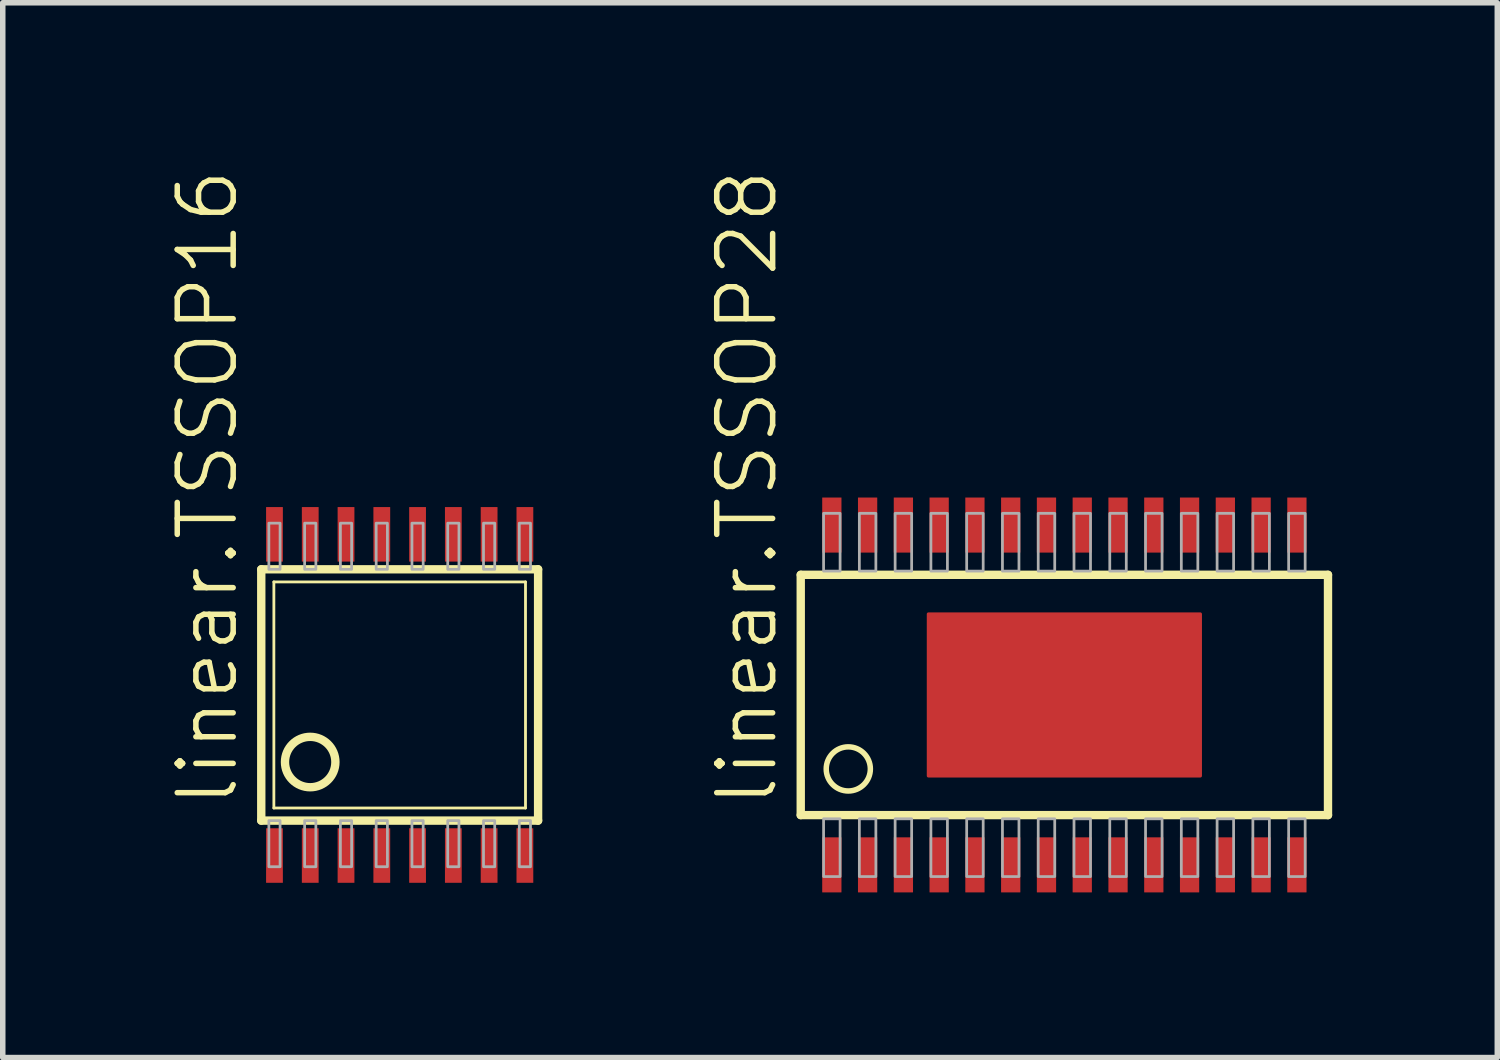
<source format=kicad_pcb>
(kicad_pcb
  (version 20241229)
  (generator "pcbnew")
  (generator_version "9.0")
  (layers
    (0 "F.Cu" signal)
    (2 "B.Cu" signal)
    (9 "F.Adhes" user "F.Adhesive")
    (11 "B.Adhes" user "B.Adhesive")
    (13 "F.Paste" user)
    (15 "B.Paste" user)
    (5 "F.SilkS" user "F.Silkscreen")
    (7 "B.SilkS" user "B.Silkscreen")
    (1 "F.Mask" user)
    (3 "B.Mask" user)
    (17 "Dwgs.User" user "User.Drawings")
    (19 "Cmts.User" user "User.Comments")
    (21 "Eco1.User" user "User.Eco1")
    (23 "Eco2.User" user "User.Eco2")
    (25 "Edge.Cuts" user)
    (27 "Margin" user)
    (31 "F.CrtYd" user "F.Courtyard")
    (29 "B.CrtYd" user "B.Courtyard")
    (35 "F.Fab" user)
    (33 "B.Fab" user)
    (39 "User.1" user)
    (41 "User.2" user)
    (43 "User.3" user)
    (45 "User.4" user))
  (footprint "linear.TSSOP16"
    (layer "F.Cu")
    (at 4.212 9.577)
    (property "Reference" "linear.TSSOP16" (at -2.896 2.083 90) (layer "F.SilkS") (effects (font (size 1.016 1.016) (thickness 0.1)) (justify left bottom)))
    (attr smd)
    (fp_line (start -2.515 2.283) (end -2.515 -2.283) (stroke (width 0.152) (type default)) (layer "F.SilkS"))
    (fp_line (start -2.515 2.283) (end 2.515 2.283) (stroke (width 0.152) (type default)) (layer "F.SilkS"))
    (fp_line (start -2.286 2.054) (end -2.286 -2.054) (stroke (width 0.051) (type default)) (layer "F.SilkS"))
    (fp_line (start -2.286 2.054) (end 2.286 2.054) (stroke (width 0.051) (type default)) (layer "F.SilkS"))
    (fp_line (start 2.286 -2.054) (end -2.286 -2.054) (stroke (width 0.051) (type default)) (layer "F.SilkS"))
    (fp_line (start 2.286 -2.054) (end 2.286 2.054) (stroke (width 0.051) (type default)) (layer "F.SilkS"))
    (fp_line (start 2.515 -2.283) (end -2.515 -2.283) (stroke (width 0.152) (type default)) (layer "F.SilkS"))
    (fp_line (start 2.515 -2.283) (end 2.515 2.283) (stroke (width 0.152) (type default)) (layer "F.SilkS"))
    (fp_circle (center -1.626 1.219) (end -1.168 1.219) (stroke (width 0.152) (type default)) (fill no) (layer "F.SilkS"))
    (fp_rect (start -2.377 -2.283) (end -2.173 -3.121) (stroke (width 0.05) (type default)) (fill no) (layer "F.Fab"))
    (fp_rect (start -2.377 3.121) (end -2.173 2.283) (stroke (width 0.05) (type default)) (fill no) (layer "F.Fab"))
    (fp_rect (start -1.727 -2.283) (end -1.523 -3.121) (stroke (width 0.05) (type default)) (fill no) (layer "F.Fab"))
    (fp_rect (start -1.727 3.121) (end -1.523 2.283) (stroke (width 0.05) (type default)) (fill no) (layer "F.Fab"))
    (fp_rect (start -1.077 -2.283) (end -0.873 -3.121) (stroke (width 0.05) (type default)) (fill no) (layer "F.Fab"))
    (fp_rect (start -1.077 3.121) (end -0.873 2.283) (stroke (width 0.05) (type default)) (fill no) (layer "F.Fab"))
    (fp_rect (start -0.427 -2.283) (end -0.223 -3.121) (stroke (width 0.05) (type default)) (fill no) (layer "F.Fab"))
    (fp_rect (start -0.427 3.121) (end -0.223 2.283) (stroke (width 0.05) (type default)) (fill no) (layer "F.Fab"))
    (fp_rect (start 0.223 -2.283) (end 0.427 -3.121) (stroke (width 0.05) (type default)) (fill no) (layer "F.Fab"))
    (fp_rect (start 0.223 3.121) (end 0.427 2.283) (stroke (width 0.05) (type default)) (fill no) (layer "F.Fab"))
    (fp_rect (start 0.873 -2.283) (end 1.077 -3.121) (stroke (width 0.05) (type default)) (fill no) (layer "F.Fab"))
    (fp_rect (start 0.873 3.121) (end 1.077 2.283) (stroke (width 0.05) (type default)) (fill no) (layer "F.Fab"))
    (fp_rect (start 1.523 -2.283) (end 1.727 -3.121) (stroke (width 0.05) (type default)) (fill no) (layer "F.Fab"))
    (fp_rect (start 1.523 3.121) (end 1.727 2.283) (stroke (width 0.05) (type default)) (fill no) (layer "F.Fab"))
    (fp_rect (start 2.173 -2.283) (end 2.377 -3.121) (stroke (width 0.05) (type default)) (fill no) (layer "F.Fab"))
    (fp_rect (start 2.173 3.121) (end 2.377 2.283) (stroke (width 0.05) (type default)) (fill no) (layer "F.Fab"))
    (pad "1" smd roundrect (at -2.275 2.918) (size 0.305 0.991) (layers "F.Cu" "F.Mask" "F.Paste") (roundrect_rratio 0.01))
    (pad "2" smd roundrect (at -1.625 2.918) (size 0.305 0.991) (layers "F.Cu" "F.Mask" "F.Paste") (roundrect_rratio 0.01))
    (pad "3" smd roundrect (at -0.975 2.918) (size 0.305 0.991) (layers "F.Cu" "F.Mask" "F.Paste") (roundrect_rratio 0.01))
    (pad "4" smd roundrect (at -0.325 2.918) (size 0.305 0.991) (layers "F.Cu" "F.Mask" "F.Paste") (roundrect_rratio 0.01))
    (pad "5" smd roundrect (at 0.325 2.918) (size 0.305 0.991) (layers "F.Cu" "F.Mask" "F.Paste") (roundrect_rratio 0.01))
    (pad "6" smd roundrect (at 0.975 2.918) (size 0.305 0.991) (layers "F.Cu" "F.Mask" "F.Paste") (roundrect_rratio 0.01))
    (pad "7" smd roundrect (at 1.625 2.918) (size 0.305 0.991) (layers "F.Cu" "F.Mask" "F.Paste") (roundrect_rratio 0.01))
    (pad "8" smd roundrect (at 2.275 2.918) (size 0.305 0.991) (layers "F.Cu" "F.Mask" "F.Paste") (roundrect_rratio 0.01))
    (pad "9" smd roundrect (at 2.275 -2.918) (size 0.305 0.991) (layers "F.Cu" "F.Mask" "F.Paste") (roundrect_rratio 0.01))
    (pad "10" smd roundrect (at 1.625 -2.918) (size 0.305 0.991) (layers "F.Cu" "F.Mask" "F.Paste") (roundrect_rratio 0.01))
    (pad "11" smd roundrect (at 0.975 -2.918) (size 0.305 0.991) (layers "F.Cu" "F.Mask" "F.Paste") (roundrect_rratio 0.01))
    (pad "12" smd roundrect (at 0.325 -2.918) (size 0.305 0.991) (layers "F.Cu" "F.Mask" "F.Paste") (roundrect_rratio 0.01))
    (pad "13" smd roundrect (at -0.325 -2.918) (size 0.305 0.991) (layers "F.Cu" "F.Mask" "F.Paste") (roundrect_rratio 0.01))
    (pad "14" smd roundrect (at -0.975 -2.918) (size 0.305 0.991) (layers "F.Cu" "F.Mask" "F.Paste") (roundrect_rratio 0.01))
    (pad "15" smd roundrect (at -1.625 -2.918) (size 0.305 0.991) (layers "F.Cu" "F.Mask" "F.Paste") (roundrect_rratio 0.01))
    (pad "16" smd roundrect (at -2.275 -2.918) (size 0.305 0.991) (layers "F.Cu" "F.Mask" "F.Paste") (roundrect_rratio 0.01)))
  (footprint "linear.TSSOP28"
    (layer "F.Cu")
    (at 16.289 9.577)
    (property "Reference" "linear.TSSOP28" (at -5.171 2.083 90) (layer "F.SilkS") (effects (font (size 1.016 1.016) (thickness 0.1)) (justify left bottom)))
    (attr smd)
    (fp_line (start -4.79 2.183) (end -4.79 -2.183) (stroke (width 0.152) (type default)) (layer "F.SilkS"))
    (fp_line (start -4.79 2.183) (end 4.79 2.183) (stroke (width 0.152) (type default)) (layer "F.SilkS"))
    (fp_line (start 4.79 -2.183) (end -4.79 -2.183) (stroke (width 0.152) (type default)) (layer "F.SilkS"))
    (fp_line (start 4.79 -2.183) (end 4.79 2.183) (stroke (width 0.152) (type default)) (layer "F.SilkS"))
    (fp_circle (center -3.926 1.344) (end -3.525 1.344) (stroke (width 0.1) (type default)) (fill no) (layer "F.SilkS"))
    (fp_rect (start -4.375 -2.25) (end -4.075 -3.3) (stroke (width 0.05) (type default)) (fill no) (layer "F.Fab"))
    (fp_rect (start -4.375 3.3) (end -4.075 2.25) (stroke (width 0.05) (type default)) (fill no) (layer "F.Fab"))
    (fp_rect (start -3.725 -2.25) (end -3.425 -3.3) (stroke (width 0.05) (type default)) (fill no) (layer "F.Fab"))
    (fp_rect (start -3.725 3.3) (end -3.425 2.25) (stroke (width 0.05) (type default)) (fill no) (layer "F.Fab"))
    (fp_rect (start -3.075 -2.25) (end -2.775 -3.3) (stroke (width 0.05) (type default)) (fill no) (layer "F.Fab"))
    (fp_rect (start -3.075 3.3) (end -2.775 2.25) (stroke (width 0.05) (type default)) (fill no) (layer "F.Fab"))
    (fp_rect (start -2.425 -2.25) (end -2.125 -3.3) (stroke (width 0.05) (type default)) (fill no) (layer "F.Fab"))
    (fp_rect (start -2.425 3.3) (end -2.125 2.25) (stroke (width 0.05) (type default)) (fill no) (layer "F.Fab"))
    (fp_rect (start -1.775 -2.25) (end -1.475 -3.3) (stroke (width 0.05) (type default)) (fill no) (layer "F.Fab"))
    (fp_rect (start -1.775 3.3) (end -1.475 2.25) (stroke (width 0.05) (type default)) (fill no) (layer "F.Fab"))
    (fp_rect (start -1.125 -2.25) (end -0.825 -3.3) (stroke (width 0.05) (type default)) (fill no) (layer "F.Fab"))
    (fp_rect (start -1.125 3.3) (end -0.825 2.25) (stroke (width 0.05) (type default)) (fill no) (layer "F.Fab"))
    (fp_rect (start -0.475 -2.25) (end -0.175 -3.3) (stroke (width 0.05) (type default)) (fill no) (layer "F.Fab"))
    (fp_rect (start -0.475 3.3) (end -0.175 2.25) (stroke (width 0.05) (type default)) (fill no) (layer "F.Fab"))
    (fp_rect (start 0.175 -2.25) (end 0.475 -3.3) (stroke (width 0.05) (type default)) (fill no) (layer "F.Fab"))
    (fp_rect (start 0.175 3.3) (end 0.475 2.25) (stroke (width 0.05) (type default)) (fill no) (layer "F.Fab"))
    (fp_rect (start 0.825 -2.25) (end 1.125 -3.3) (stroke (width 0.05) (type default)) (fill no) (layer "F.Fab"))
    (fp_rect (start 0.825 3.3) (end 1.125 2.25) (stroke (width 0.05) (type default)) (fill no) (layer "F.Fab"))
    (fp_rect (start 1.475 -2.25) (end 1.775 -3.3) (stroke (width 0.05) (type default)) (fill no) (layer "F.Fab"))
    (fp_rect (start 1.475 3.3) (end 1.775 2.25) (stroke (width 0.05) (type default)) (fill no) (layer "F.Fab"))
    (fp_rect (start 2.125 -2.25) (end 2.425 -3.3) (stroke (width 0.05) (type default)) (fill no) (layer "F.Fab"))
    (fp_rect (start 2.125 3.3) (end 2.425 2.25) (stroke (width 0.05) (type default)) (fill no) (layer "F.Fab"))
    (fp_rect (start 2.775 -2.25) (end 3.075 -3.3) (stroke (width 0.05) (type default)) (fill no) (layer "F.Fab"))
    (fp_rect (start 2.775 3.3) (end 3.075 2.25) (stroke (width 0.05) (type default)) (fill no) (layer "F.Fab"))
    (fp_rect (start 3.425 -2.25) (end 3.725 -3.3) (stroke (width 0.05) (type default)) (fill no) (layer "F.Fab"))
    (fp_rect (start 3.425 3.3) (end 3.725 2.25) (stroke (width 0.05) (type default)) (fill no) (layer "F.Fab"))
    (fp_rect (start 4.075 -2.25) (end 4.375 -3.3) (stroke (width 0.05) (type default)) (fill no) (layer "F.Fab"))
    (fp_rect (start 4.075 3.3) (end 4.375 2.25) (stroke (width 0.05) (type default)) (fill no) (layer "F.Fab"))
    (pad "1" smd roundrect (at -4.225 3.087) (size 0.35 1) (layers "F.Cu" "F.Mask" "F.Paste") (roundrect_rratio 0.01))
    (pad "2" smd roundrect (at -3.575 3.087) (size 0.35 1) (layers "F.Cu" "F.Mask" "F.Paste") (roundrect_rratio 0.01))
    (pad "3" smd roundrect (at -2.925 3.087) (size 0.35 1) (layers "F.Cu" "F.Mask" "F.Paste") (roundrect_rratio 0.01))
    (pad "4" smd roundrect (at -2.275 3.087) (size 0.35 1) (layers "F.Cu" "F.Mask" "F.Paste") (roundrect_rratio 0.01))
    (pad "5" smd roundrect (at -1.625 3.087) (size 0.35 1) (layers "F.Cu" "F.Mask" "F.Paste") (roundrect_rratio 0.01))
    (pad "6" smd roundrect (at -0.975 3.087) (size 0.35 1) (layers "F.Cu" "F.Mask" "F.Paste") (roundrect_rratio 0.01))
    (pad "7" smd roundrect (at -0.325 3.087) (size 0.35 1) (layers "F.Cu" "F.Mask" "F.Paste") (roundrect_rratio 0.01))
    (pad "8" smd roundrect (at 0.325 3.087) (size 0.35 1) (layers "F.Cu" "F.Mask" "F.Paste") (roundrect_rratio 0.01))
    (pad "9" smd roundrect (at 0.975 3.087) (size 0.35 1) (layers "F.Cu" "F.Mask" "F.Paste") (roundrect_rratio 0.01))
    (pad "10" smd roundrect (at 1.625 3.087) (size 0.35 1) (layers "F.Cu" "F.Mask" "F.Paste") (roundrect_rratio 0.01))
    (pad "11" smd roundrect (at 2.275 3.087) (size 0.35 1) (layers "F.Cu" "F.Mask" "F.Paste") (roundrect_rratio 0.01))
    (pad "12" smd roundrect (at 2.925 3.087) (size 0.35 1) (layers "F.Cu" "F.Mask" "F.Paste") (roundrect_rratio 0.01))
    (pad "13" smd roundrect (at 3.575 3.087) (size 0.35 1) (layers "F.Cu" "F.Mask" "F.Paste") (roundrect_rratio 0.01))
    (pad "14" smd roundrect (at 4.225 3.087) (size 0.35 1) (layers "F.Cu" "F.Mask" "F.Paste") (roundrect_rratio 0.01))
    (pad "15" smd roundrect (at 4.225 -3.087) (size 0.35 1) (layers "F.Cu" "F.Mask" "F.Paste") (roundrect_rratio 0.01))
    (pad "16" smd roundrect (at 3.575 -3.087) (size 0.35 1) (layers "F.Cu" "F.Mask" "F.Paste") (roundrect_rratio 0.01))
    (pad "17" smd roundrect (at 2.925 -3.087) (size 0.35 1) (layers "F.Cu" "F.Mask" "F.Paste") (roundrect_rratio 0.01))
    (pad "18" smd roundrect (at 2.275 -3.087) (size 0.35 1) (layers "F.Cu" "F.Mask" "F.Paste") (roundrect_rratio 0.01))
    (pad "19" smd roundrect (at 1.625 -3.087) (size 0.35 1) (layers "F.Cu" "F.Mask" "F.Paste") (roundrect_rratio 0.01))
    (pad "20" smd roundrect (at 0.975 -3.087) (size 0.35 1) (layers "F.Cu" "F.Mask" "F.Paste") (roundrect_rratio 0.01))
    (pad "21" smd roundrect (at 0.325 -3.087) (size 0.35 1) (layers "F.Cu" "F.Mask" "F.Paste") (roundrect_rratio 0.01))
    (pad "22" smd roundrect (at -0.325 -3.087) (size 0.35 1) (layers "F.Cu" "F.Mask" "F.Paste") (roundrect_rratio 0.01))
    (pad "23" smd roundrect (at -0.975 -3.087) (size 0.35 1) (layers "F.Cu" "F.Mask" "F.Paste") (roundrect_rratio 0.01))
    (pad "24" smd roundrect (at -1.625 -3.087) (size 0.35 1) (layers "F.Cu" "F.Mask" "F.Paste") (roundrect_rratio 0.01))
    (pad "25" smd roundrect (at -2.275 -3.087) (size 0.35 1) (layers "F.Cu" "F.Mask" "F.Paste") (roundrect_rratio 0.01))
    (pad "26" smd roundrect (at -2.925 -3.087) (size 0.35 1) (layers "F.Cu" "F.Mask" "F.Paste") (roundrect_rratio 0.01))
    (pad "27" smd roundrect (at -3.575 -3.087) (size 0.35 1) (layers "F.Cu" "F.Mask" "F.Paste") (roundrect_rratio 0.01))
    (pad "28" smd roundrect (at -4.225 -3.087) (size 0.35 1) (layers "F.Cu" "F.Mask" "F.Paste") (roundrect_rratio 0.01))
    (pad "EXP" smd roundrect (at 0 0) (size 5 3) (layers "F.Cu" "F.Mask" "F.Paste") (roundrect_rratio 0.01)))
  (gr_rect
    (start -3 -3)
    (end 24.155 16.165)
    (stroke (width 0.1) (type default))
    (fill no)
    (layer "Edge.Cuts")))
</source>
